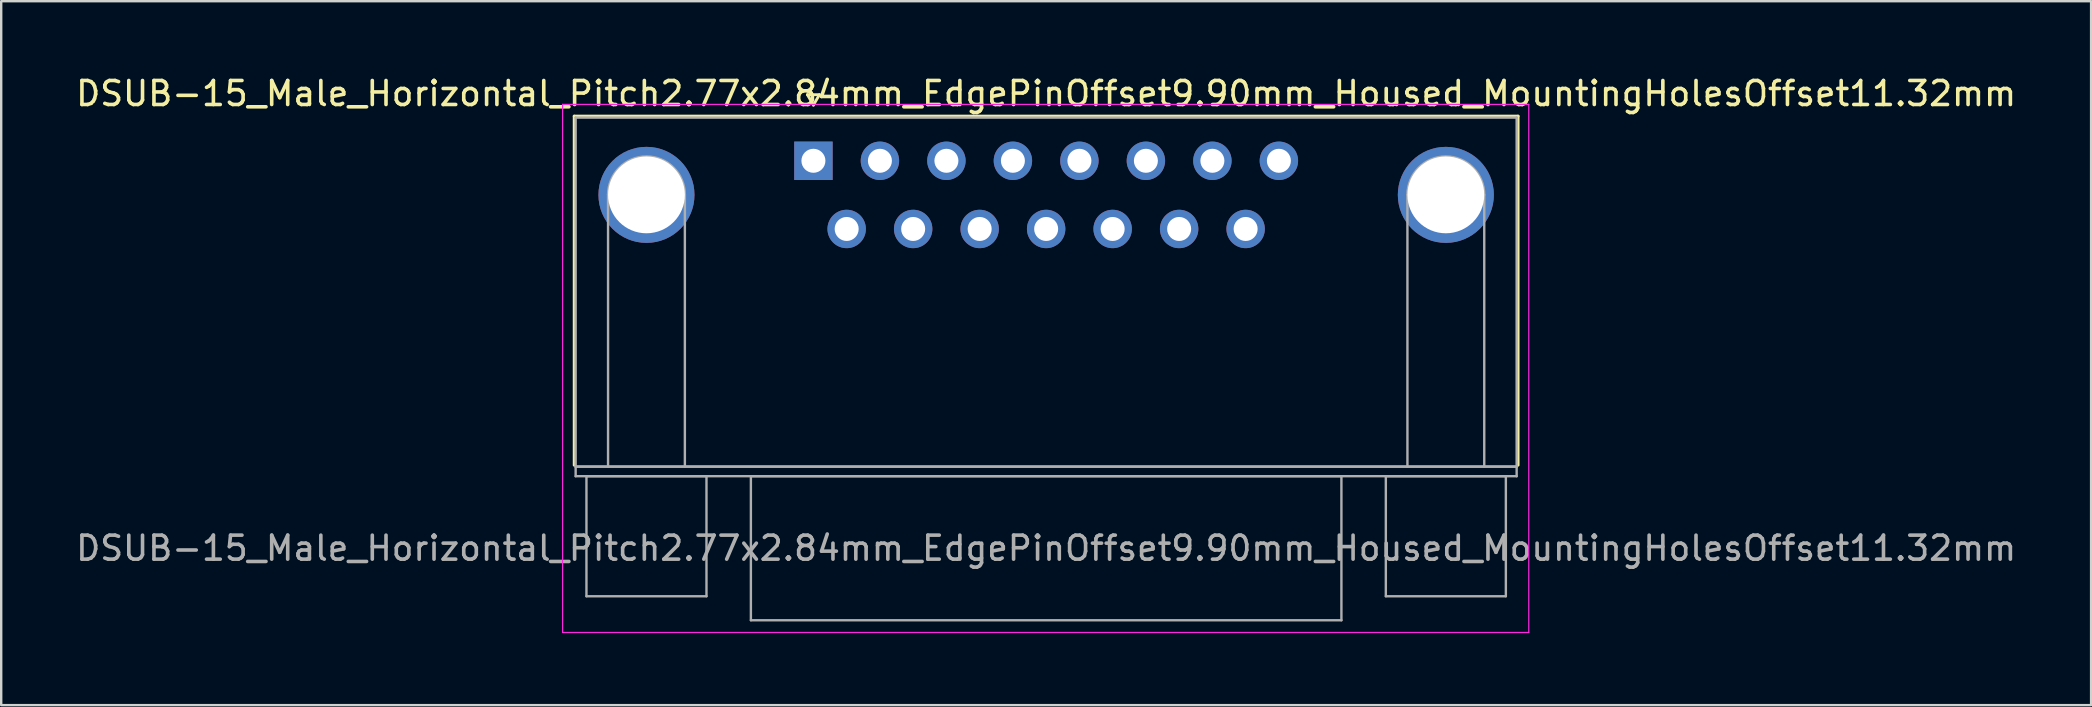
<source format=kicad_pcb>
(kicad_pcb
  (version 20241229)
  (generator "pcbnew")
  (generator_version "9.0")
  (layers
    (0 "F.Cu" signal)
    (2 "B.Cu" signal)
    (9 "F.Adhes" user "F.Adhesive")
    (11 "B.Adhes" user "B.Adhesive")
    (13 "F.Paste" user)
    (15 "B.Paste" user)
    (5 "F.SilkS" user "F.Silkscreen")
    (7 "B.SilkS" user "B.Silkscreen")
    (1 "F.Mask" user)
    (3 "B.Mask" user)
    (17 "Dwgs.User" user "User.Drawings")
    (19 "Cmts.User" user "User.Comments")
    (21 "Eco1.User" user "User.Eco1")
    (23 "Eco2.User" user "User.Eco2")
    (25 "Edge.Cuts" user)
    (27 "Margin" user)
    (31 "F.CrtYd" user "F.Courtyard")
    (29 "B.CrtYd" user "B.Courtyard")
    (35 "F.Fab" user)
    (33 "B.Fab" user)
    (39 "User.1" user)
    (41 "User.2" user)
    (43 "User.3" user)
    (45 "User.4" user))
  (footprint "DSUB-15_Male_Horizontal_Pitch2.77x2.84mm_EdgePinOffset9.90mm_Housed_MountingHolesOffset11.32mm"
    (layer "F.Cu")
    (at 30.835 3.648)
    (property "Reference" "DSUB-15_Male_Horizontal_Pitch2.77x2.84mm_EdgePinOffset9.90mm_Housed_MountingHolesOffset11.32mm" (at 9.695 -2.8 0) (layer "F.SilkS") (effects (font (size 1 1) (thickness 0.15))))
    (attr through_hole)
    (fp_line (start -9.965 -1.86) (end 29.355 -1.86) (stroke (width 0.12) (type solid)) (layer "F.SilkS"))
    (fp_line (start -9.965 12.68) (end -9.965 -1.86) (stroke (width 0.12) (type solid)) (layer "F.SilkS"))
    (fp_line (start -0.25 -2.754) (end 0.25 -2.754) (stroke (width 0.12) (type solid)) (layer "F.SilkS"))
    (fp_line (start 0 -2.321) (end -0.25 -2.754) (stroke (width 0.12) (type solid)) (layer "F.SilkS"))
    (fp_line (start 0.25 -2.754) (end 0 -2.321) (stroke (width 0.12) (type solid)) (layer "F.SilkS"))
    (fp_line (start 29.355 -1.86) (end 29.355 12.68) (stroke (width 0.12) (type solid)) (layer "F.SilkS"))
    (fp_line (start -10.45 -2.35) (end -10.45 19.65) (stroke (width 0.05) (type solid)) (layer "F.CrtYd"))
    (fp_line (start -10.45 19.65) (end 29.8 19.65) (stroke (width 0.05) (type solid)) (layer "F.CrtYd"))
    (fp_line (start 29.8 -2.35) (end -10.45 -2.35) (stroke (width 0.05) (type solid)) (layer "F.CrtYd"))
    (fp_line (start 29.8 19.65) (end 29.8 -2.35) (stroke (width 0.05) (type solid)) (layer "F.CrtYd"))
    (fp_line (start -9.905 -1.8) (end -9.905 12.74) (stroke (width 0.1) (type solid)) (layer "F.Fab"))
    (fp_line (start -9.905 12.74) (end -9.905 13.14) (stroke (width 0.1) (type solid)) (layer "F.Fab"))
    (fp_line (start -9.905 12.74) (end 29.295 12.74) (stroke (width 0.1) (type solid)) (layer "F.Fab"))
    (fp_line (start -9.905 13.14) (end 29.295 13.14) (stroke (width 0.1) (type solid)) (layer "F.Fab"))
    (fp_line (start -9.455 13.14) (end -9.455 18.14) (stroke (width 0.1) (type solid)) (layer "F.Fab"))
    (fp_line (start -9.455 18.14) (end -4.455 18.14) (stroke (width 0.1) (type solid)) (layer "F.Fab"))
    (fp_line (start -8.555 12.74) (end -8.555 1.42) (stroke (width 0.1) (type solid)) (layer "F.Fab"))
    (fp_line (start -5.355 12.74) (end -5.355 1.42) (stroke (width 0.1) (type solid)) (layer "F.Fab"))
    (fp_line (start -4.455 13.14) (end -9.455 13.14) (stroke (width 0.1) (type solid)) (layer "F.Fab"))
    (fp_line (start -4.455 18.14) (end -4.455 13.14) (stroke (width 0.1) (type solid)) (layer "F.Fab"))
    (fp_line (start -2.605 13.14) (end -2.605 19.14) (stroke (width 0.1) (type solid)) (layer "F.Fab"))
    (fp_line (start -2.605 19.14) (end 21.995 19.14) (stroke (width 0.1) (type solid)) (layer "F.Fab"))
    (fp_line (start 21.995 13.14) (end -2.605 13.14) (stroke (width 0.1) (type solid)) (layer "F.Fab"))
    (fp_line (start 21.995 19.14) (end 21.995 13.14) (stroke (width 0.1) (type solid)) (layer "F.Fab"))
    (fp_line (start 23.845 13.14) (end 23.845 18.14) (stroke (width 0.1) (type solid)) (layer "F.Fab"))
    (fp_line (start 23.845 18.14) (end 28.845 18.14) (stroke (width 0.1) (type solid)) (layer "F.Fab"))
    (fp_line (start 24.745 12.74) (end 24.745 1.42) (stroke (width 0.1) (type solid)) (layer "F.Fab"))
    (fp_line (start 27.945 12.74) (end 27.945 1.42) (stroke (width 0.1) (type solid)) (layer "F.Fab"))
    (fp_line (start 28.845 13.14) (end 23.845 13.14) (stroke (width 0.1) (type solid)) (layer "F.Fab"))
    (fp_line (start 28.845 18.14) (end 28.845 13.14) (stroke (width 0.1) (type solid)) (layer "F.Fab"))
    (fp_line (start 29.295 -1.8) (end -9.905 -1.8) (stroke (width 0.1) (type solid)) (layer "F.Fab"))
    (fp_line (start 29.295 12.74) (end -9.905 12.74) (stroke (width 0.1) (type solid)) (layer "F.Fab"))
    (fp_line (start 29.295 12.74) (end 29.295 -1.8) (stroke (width 0.1) (type solid)) (layer "F.Fab"))
    (fp_line (start 29.295 13.14) (end 29.295 12.74) (stroke (width 0.1) (type solid)) (layer "F.Fab"))
    (fp_arc (start -8.555 1.42) (mid -6.955 -0.18) (end -5.355 1.42) (stroke (width 0.1) (type solid)) (layer "F.Fab"))
    (fp_arc (start 24.745 1.42) (mid 26.345 -0.18) (end 27.945 1.42) (stroke (width 0.1) (type solid)) (layer "F.Fab"))
    (fp_text user "${REFERENCE}" (at 9.695 16.14 0) (layer "F.Fab") (effects (font (size 1 1) (thickness 0.15))))
    (pad "0" thru_hole circle (at -6.955 1.42) (size 4 4) (drill 3.2) (layers "*.Cu" "*.Mask"))
    (pad "0" thru_hole circle (at 26.345 1.42) (size 4 4) (drill 3.2) (layers "*.Cu" "*.Mask"))
    (pad "1" thru_hole rect (at 0 0) (size 1.6 1.6) (drill 1) (layers "*.Cu" "*.Mask"))
    (pad "2" thru_hole circle (at 2.77 0) (size 1.6 1.6) (drill 1) (layers "*.Cu" "*.Mask"))
    (pad "3" thru_hole circle (at 5.54 0) (size 1.6 1.6) (drill 1) (layers "*.Cu" "*.Mask"))
    (pad "4" thru_hole circle (at 8.31 0) (size 1.6 1.6) (drill 1) (layers "*.Cu" "*.Mask"))
    (pad "5" thru_hole circle (at 11.08 0) (size 1.6 1.6) (drill 1) (layers "*.Cu" "*.Mask"))
    (pad "6" thru_hole circle (at 13.85 0) (size 1.6 1.6) (drill 1) (layers "*.Cu" "*.Mask"))
    (pad "7" thru_hole circle (at 16.62 0) (size 1.6 1.6) (drill 1) (layers "*.Cu" "*.Mask"))
    (pad "8" thru_hole circle (at 19.39 0) (size 1.6 1.6) (drill 1) (layers "*.Cu" "*.Mask"))
    (pad "9" thru_hole circle (at 1.385 2.84) (size 1.6 1.6) (drill 1) (layers "*.Cu" "*.Mask"))
    (pad "10" thru_hole circle (at 4.155 2.84) (size 1.6 1.6) (drill 1) (layers "*.Cu" "*.Mask"))
    (pad "11" thru_hole circle (at 6.925 2.84) (size 1.6 1.6) (drill 1) (layers "*.Cu" "*.Mask"))
    (pad "12" thru_hole circle (at 9.695 2.84) (size 1.6 1.6) (drill 1) (layers "*.Cu" "*.Mask"))
    (pad "13" thru_hole circle (at 12.465 2.84) (size 1.6 1.6) (drill 1) (layers "*.Cu" "*.Mask"))
    (pad "14" thru_hole circle (at 15.235 2.84) (size 1.6 1.6) (drill 1) (layers "*.Cu" "*.Mask"))
    (pad "15" thru_hole circle (at 18.005 2.84) (size 1.6 1.6) (drill 1) (layers "*.Cu" "*.Mask")))
  (gr_rect
    (start -3 -3)
    (end 84.06 26.323)
    (stroke (width 0.1) (type default))
    (fill no)
    (layer "Edge.Cuts")))
</source>
